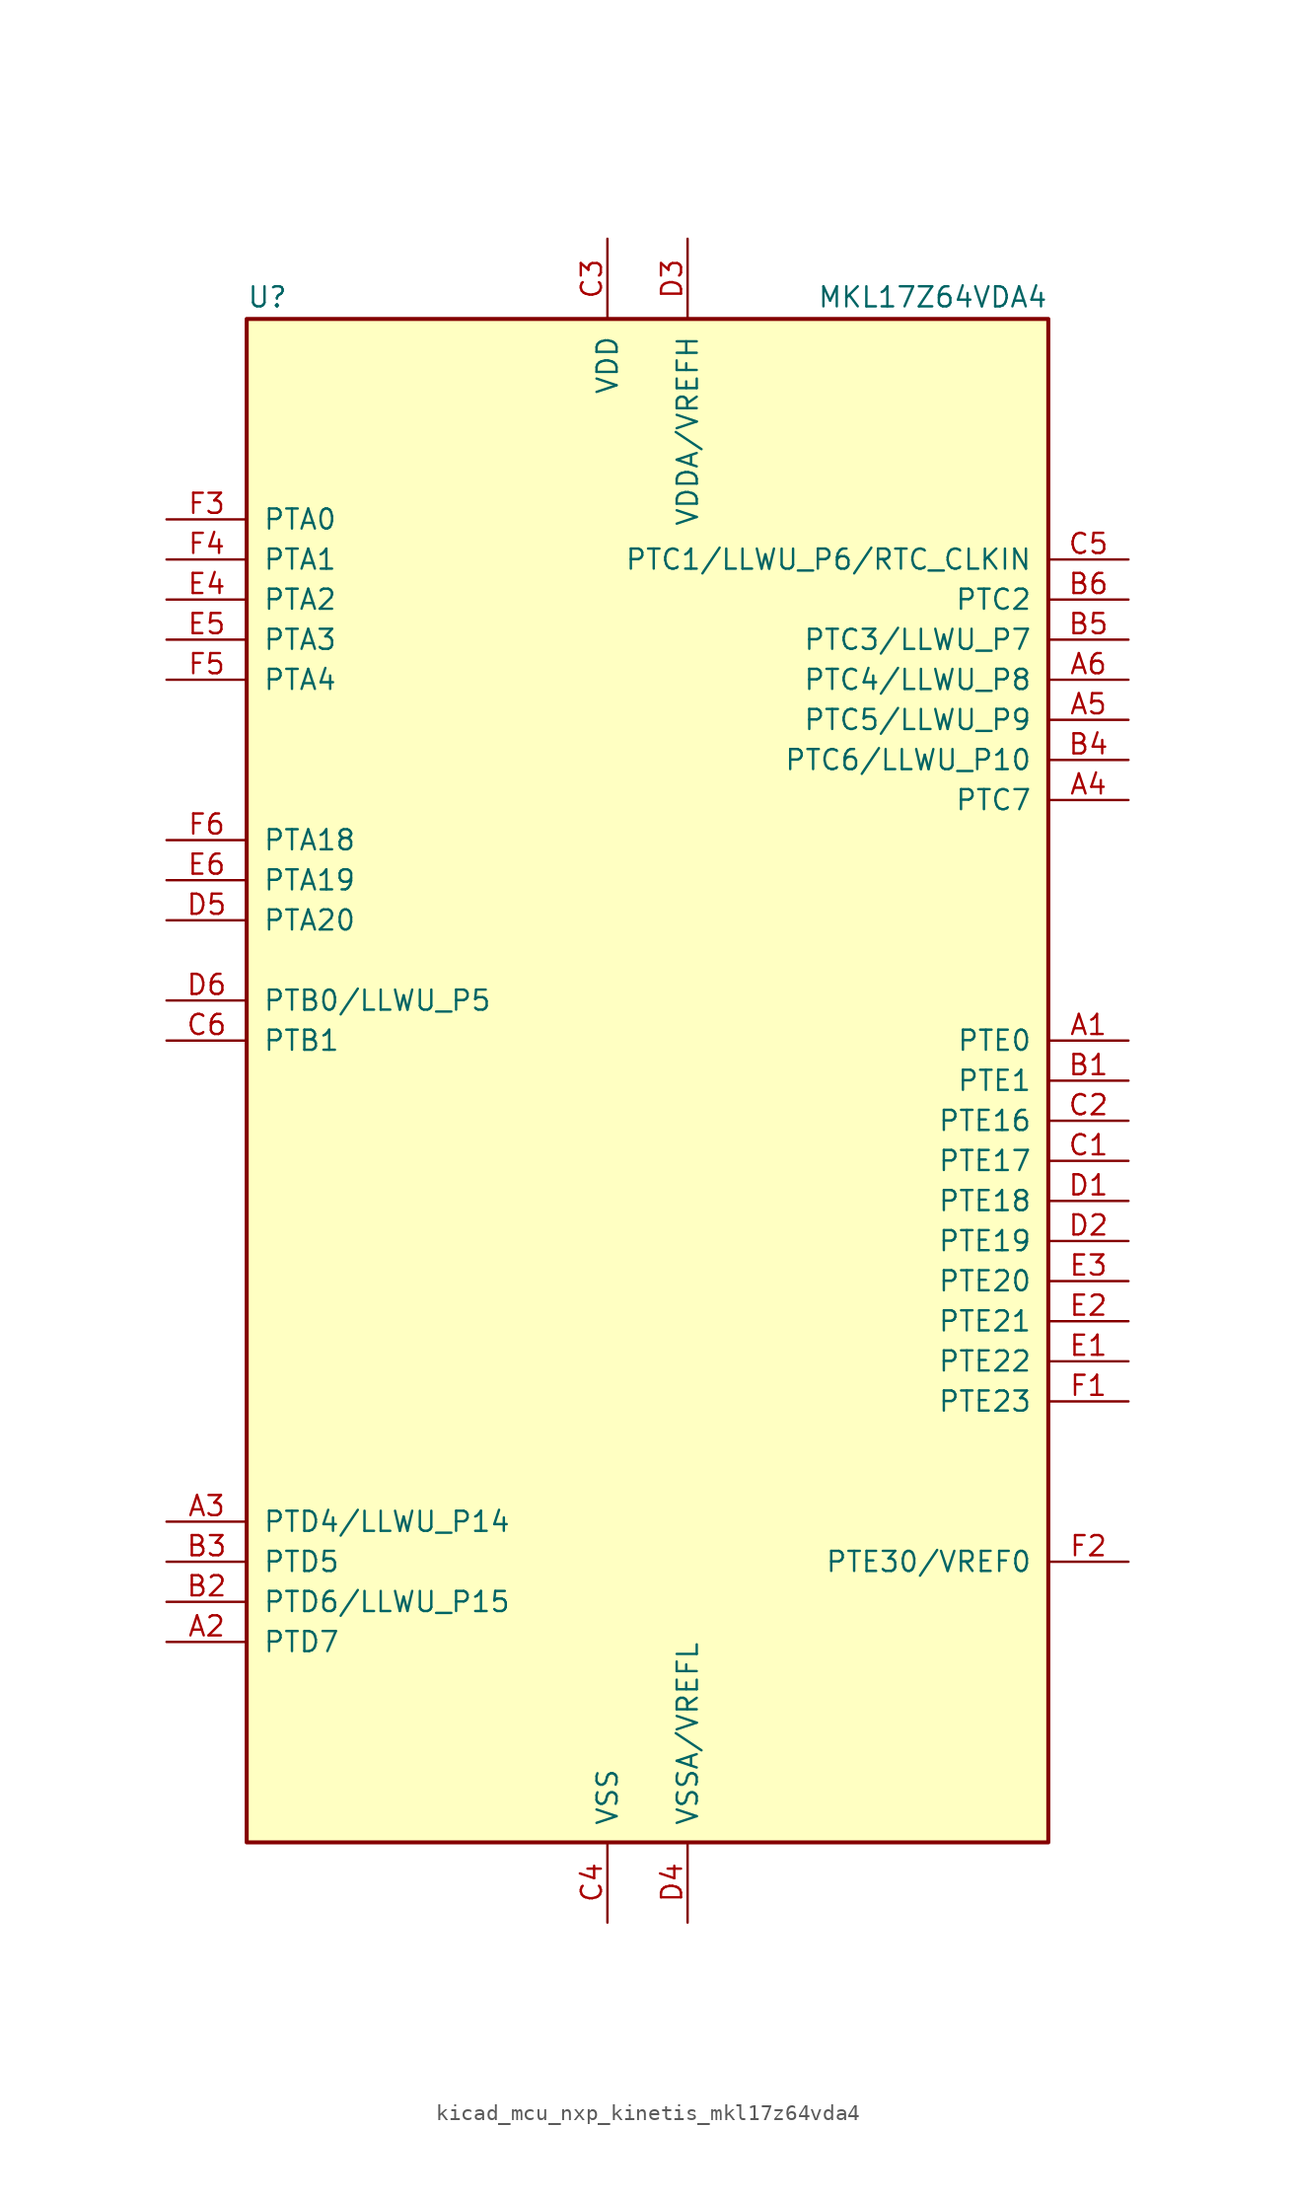
<source format=kicad_sym>
(kicad_symbol_lib
  (version 20220914)
  (generator kicad_symbol_editor)
  (symbol "kicad_mcu_nxp_kinetis_mkl17z64vda4"
    (pin_names
      (offset 1.016))
    (property "Reference" "U"
      (at -25.4 48.895 0)
      (effects (font (size 1.27 1.27)) (justify left bottom)))
    (property "Value" "MKL17Z64VDA4"
      (at 25.4 48.895 0)
      (effects (font (size 1.27 1.27)) (justify right bottom)))
    (symbol "kicad_mcu_nxp_kinetis_mkl17z64vda4_0_1"
      (rectangle (start -25.4 48.26) (end 25.4 -48.26) (stroke (width 0.254) (type default)) (fill (type background))))
    (symbol "kicad_mcu_nxp_kinetis_mkl17z64vda4_1_1"
      (pin bidirectional line (at 30.48 2.54 180) (length 5.08) (name "PTE0" (effects (font (size 1.27 1.27)))) (number "A1" (effects (font (size 1.27 1.27)))))
      (pin bidirectional line (at -30.48 -35.56 0) (length 5.08) (name "PTD7" (effects (font (size 1.27 1.27)))) (number "A2" (effects (font (size 1.27 1.27)))))
      (pin bidirectional line (at -30.48 -27.94 0) (length 5.08) (name "PTD4/LLWU_P14" (effects (font (size 1.27 1.27)))) (number "A3" (effects (font (size 1.27 1.27)))))
      (pin bidirectional line (at 30.48 17.78 180) (length 5.08) (name "PTC7" (effects (font (size 1.27 1.27)))) (number "A4" (effects (font (size 1.27 1.27)))))
      (pin bidirectional line (at 30.48 22.86 180) (length 5.08) (name "PTC5/LLWU_P9" (effects (font (size 1.27 1.27)))) (number "A5" (effects (font (size 1.27 1.27)))))
      (pin bidirectional line (at 30.48 25.4 180) (length 5.08) (name "PTC4/LLWU_P8" (effects (font (size 1.27 1.27)))) (number "A6" (effects (font (size 1.27 1.27)))))
      (pin bidirectional line (at 30.48 0 180) (length 5.08) (name "PTE1" (effects (font (size 1.27 1.27)))) (number "B1" (effects (font (size 1.27 1.27)))))
      (pin bidirectional line (at -30.48 -33.02 0) (length 5.08) (name "PTD6/LLWU_P15" (effects (font (size 1.27 1.27)))) (number "B2" (effects (font (size 1.27 1.27)))))
      (pin bidirectional line (at -30.48 -30.48 0) (length 5.08) (name "PTD5" (effects (font (size 1.27 1.27)))) (number "B3" (effects (font (size 1.27 1.27)))))
      (pin bidirectional line (at 30.48 20.32 180) (length 5.08) (name "PTC6/LLWU_P10" (effects (font (size 1.27 1.27)))) (number "B4" (effects (font (size 1.27 1.27)))))
      (pin bidirectional line (at 30.48 27.94 180) (length 5.08) (name "PTC3/LLWU_P7" (effects (font (size 1.27 1.27)))) (number "B5" (effects (font (size 1.27 1.27)))))
      (pin bidirectional line (at 30.48 30.48 180) (length 5.08) (name "PTC2" (effects (font (size 1.27 1.27)))) (number "B6" (effects (font (size 1.27 1.27)))))
      (pin bidirectional line (at 30.48 -5.08 180) (length 5.08) (name "PTE17" (effects (font (size 1.27 1.27)))) (number "C1" (effects (font (size 1.27 1.27)))))
      (pin bidirectional line (at 30.48 -2.54 180) (length 5.08) (name "PTE16" (effects (font (size 1.27 1.27)))) (number "C2" (effects (font (size 1.27 1.27)))))
      (pin power_in line (at -2.54 53.34 270) (length 5.08) (name "VDD" (effects (font (size 1.27 1.27)))) (number "C3" (effects (font (size 1.27 1.27)))))
      (pin power_in line (at -2.54 -53.34 90) (length 5.08) (name "VSS" (effects (font (size 1.27 1.27)))) (number "C4" (effects (font (size 1.27 1.27)))))
      (pin bidirectional line (at 30.48 33.02 180) (length 5.08) (name "PTC1/LLWU_P6/RTC_CLKIN" (effects (font (size 1.27 1.27)))) (number "C5" (effects (font (size 1.27 1.27)))))
      (pin bidirectional line (at -30.48 2.54 0) (length 5.08) (name "PTB1" (effects (font (size 1.27 1.27)))) (number "C6" (effects (font (size 1.27 1.27)))))
      (pin bidirectional line (at 30.48 -7.62 180) (length 5.08) (name "PTE18" (effects (font (size 1.27 1.27)))) (number "D1" (effects (font (size 1.27 1.27)))))
      (pin bidirectional line (at 30.48 -10.16 180) (length 5.08) (name "PTE19" (effects (font (size 1.27 1.27)))) (number "D2" (effects (font (size 1.27 1.27)))))
      (pin power_in line (at 2.54 53.34 270) (length 5.08) (name "VDDA/VREFH" (effects (font (size 1.27 1.27)))) (number "D3" (effects (font (size 1.27 1.27)))))
      (pin power_in line (at 2.54 -53.34 90) (length 5.08) (name "VSSA/VREFL" (effects (font (size 1.27 1.27)))) (number "D4" (effects (font (size 1.27 1.27)))))
      (pin bidirectional line (at -30.48 10.16 0) (length 5.08) (name "PTA20" (effects (font (size 1.27 1.27)))) (number "D5" (effects (font (size 1.27 1.27)))))
      (pin bidirectional line (at -30.48 5.08 0) (length 5.08) (name "PTB0/LLWU_P5" (effects (font (size 1.27 1.27)))) (number "D6" (effects (font (size 1.27 1.27)))))
      (pin bidirectional line (at 30.48 -17.78 180) (length 5.08) (name "PTE22" (effects (font (size 1.27 1.27)))) (number "E1" (effects (font (size 1.27 1.27)))))
      (pin bidirectional line (at 30.48 -15.24 180) (length 5.08) (name "PTE21" (effects (font (size 1.27 1.27)))) (number "E2" (effects (font (size 1.27 1.27)))))
      (pin bidirectional line (at 30.48 -12.7 180) (length 5.08) (name "PTE20" (effects (font (size 1.27 1.27)))) (number "E3" (effects (font (size 1.27 1.27)))))
      (pin bidirectional line (at -30.48 30.48 0) (length 5.08) (name "PTA2" (effects (font (size 1.27 1.27)))) (number "E4" (effects (font (size 1.27 1.27)))))
      (pin bidirectional line (at -30.48 27.94 0) (length 5.08) (name "PTA3" (effects (font (size 1.27 1.27)))) (number "E5" (effects (font (size 1.27 1.27)))))
      (pin bidirectional line (at -30.48 12.7 0) (length 5.08) (name "PTA19" (effects (font (size 1.27 1.27)))) (number "E6" (effects (font (size 1.27 1.27)))))
      (pin bidirectional line (at 30.48 -20.32 180) (length 5.08) (name "PTE23" (effects (font (size 1.27 1.27)))) (number "F1" (effects (font (size 1.27 1.27)))))
      (pin bidirectional line (at 30.48 -30.48 180) (length 5.08) (name "PTE30/VREF0" (effects (font (size 1.27 1.27)))) (number "F2" (effects (font (size 1.27 1.27)))))
      (pin bidirectional line (at -30.48 35.56 0) (length 5.08) (name "PTA0" (effects (font (size 1.27 1.27)))) (number "F3" (effects (font (size 1.27 1.27)))))
      (pin bidirectional line (at -30.48 33.02 0) (length 5.08) (name "PTA1" (effects (font (size 1.27 1.27)))) (number "F4" (effects (font (size 1.27 1.27)))))
      (pin bidirectional line (at -30.48 25.4 0) (length 5.08) (name "PTA4" (effects (font (size 1.27 1.27)))) (number "F5" (effects (font (size 1.27 1.27)))))
      (pin bidirectional line (at -30.48 15.24 0) (length 5.08) (name "PTA18" (effects (font (size 1.27 1.27)))) (number "F6" (effects (font (size 1.27 1.27))))))))
</source>
